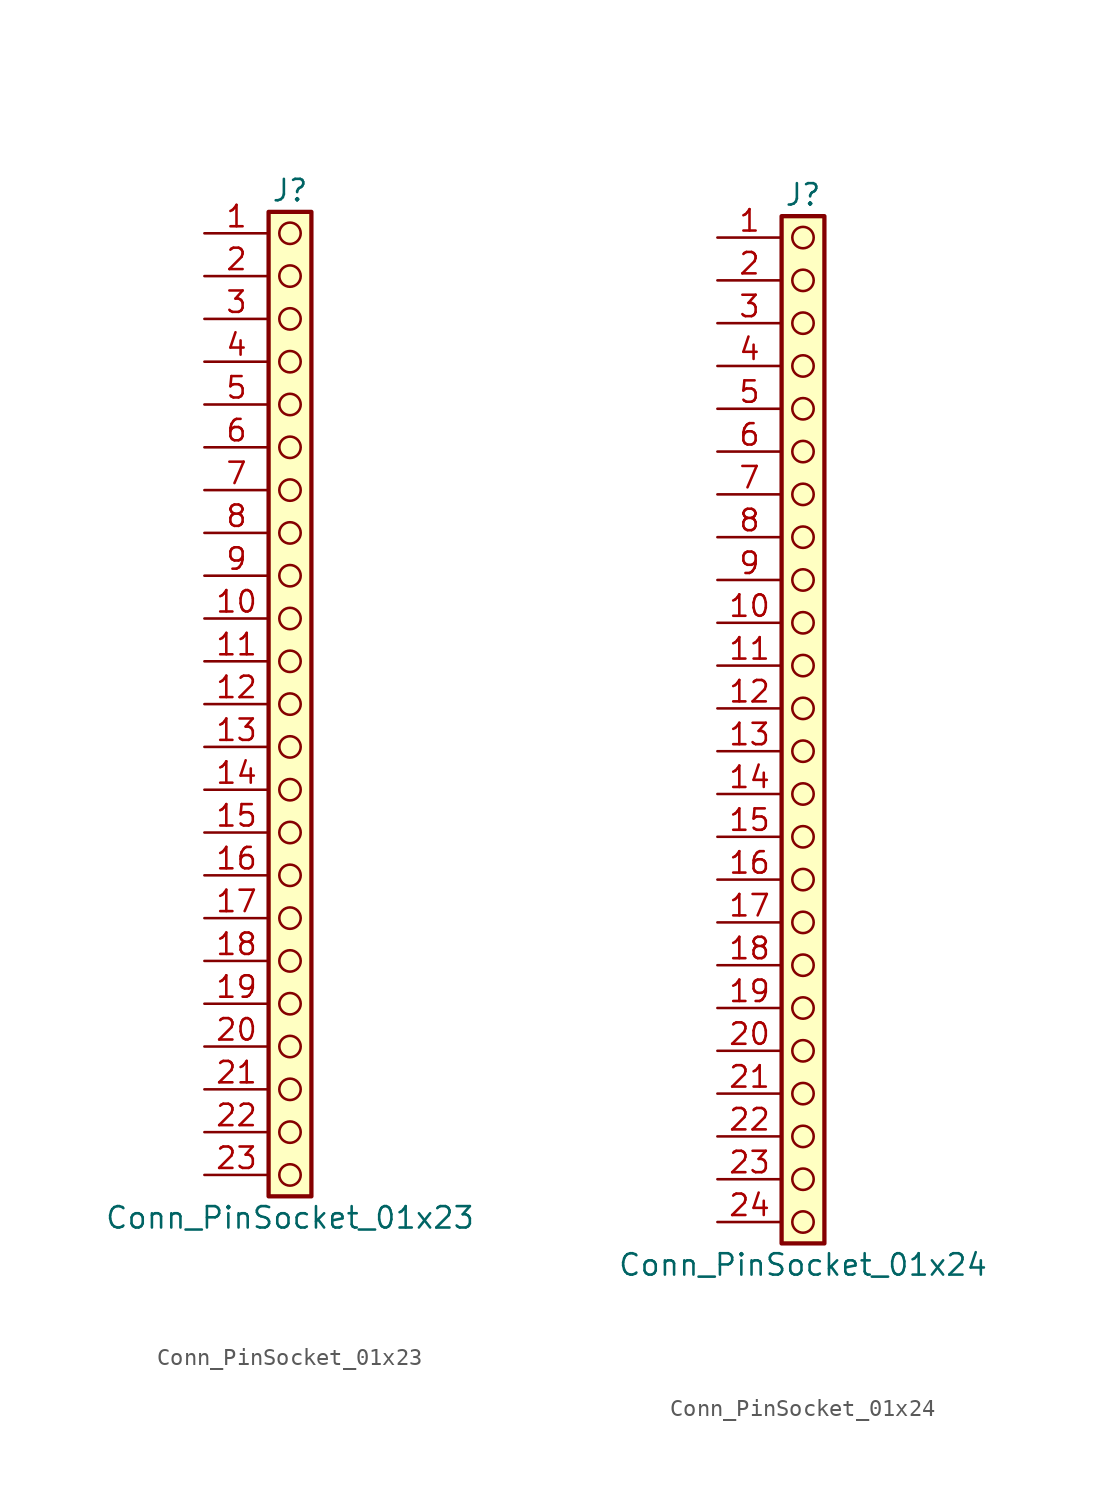
<source format=kicad_sym>
(kicad_symbol_lib
  (version 20241209)
  (generator "kicad_symbol_editor")
  (generator_version "9.0")
  (symbol "Conn_PinSocket_01x23"
    (pin_names
      (offset 1.016)
      (hide yes))
    (property "Reference" "J"
      (at 0 30.48 0)
      (effects (font (size 1.27 1.27))))
    (property "Value" "Conn_PinSocket_01x23"
      (at 0 -30.48 0)
      (effects (font (size 1.27 1.27))))
    (symbol "Conn_PinSocket_01x23_1_1"
      (rectangle (start -1.27 29.21) (end 1.27 -29.21) (stroke (width 0.254) (type default)) (fill (type background)))
      (circle (center 0 27.94) (radius 0.635) (stroke (width 0) (type solid) (color 132 0 0 1)) (fill (type none)))
      (circle (center 0 25.4) (radius 0.635) (stroke (width 0) (type solid) (color 132 0 0 1)) (fill (type none)))
      (circle (center 0 22.86) (radius 0.635) (stroke (width 0) (type solid) (color 132 0 0 1)) (fill (type none)))
      (circle (center 0 20.32) (radius 0.635) (stroke (width 0) (type solid) (color 132 0 0 1)) (fill (type none)))
      (circle (center 0 17.78) (radius 0.635) (stroke (width 0) (type solid) (color 132 0 0 1)) (fill (type none)))
      (circle (center 0 15.24) (radius 0.635) (stroke (width 0) (type solid) (color 132 0 0 1)) (fill (type none)))
      (circle (center 0 12.7) (radius 0.635) (stroke (width 0) (type solid) (color 132 0 0 1)) (fill (type none)))
      (circle (center 0 10.16) (radius 0.635) (stroke (width 0) (type solid) (color 132 0 0 1)) (fill (type none)))
      (circle (center 0 7.62) (radius 0.635) (stroke (width 0) (type solid) (color 132 0 0 1)) (fill (type none)))
      (circle (center 0 5.08) (radius 0.635) (stroke (width 0) (type solid) (color 132 0 0 1)) (fill (type none)))
      (circle (center 0 2.54) (radius 0.635) (stroke (width 0) (type solid) (color 132 0 0 1)) (fill (type none)))
      (circle (center 0 0) (radius 0.635) (stroke (width 0) (type solid) (color 132 0 0 1)) (fill (type none)))
      (circle (center 0 -2.54) (radius 0.635) (stroke (width 0) (type solid) (color 132 0 0 1)) (fill (type none)))
      (circle (center 0 -5.08) (radius 0.635) (stroke (width 0) (type solid) (color 132 0 0 1)) (fill (type none)))
      (circle (center 0 -7.62) (radius 0.635) (stroke (width 0) (type solid) (color 132 0 0 1)) (fill (type none)))
      (circle (center 0 -10.16) (radius 0.635) (stroke (width 0) (type solid) (color 132 0 0 1)) (fill (type none)))
      (circle (center 0 -12.7) (radius 0.635) (stroke (width 0) (type solid) (color 132 0 0 1)) (fill (type none)))
      (circle (center 0 -15.24) (radius 0.635) (stroke (width 0) (type solid) (color 132 0 0 1)) (fill (type none)))
      (circle (center 0 -17.78) (radius 0.635) (stroke (width 0) (type solid) (color 132 0 0 1)) (fill (type none)))
      (circle (center 0 -20.32) (radius 0.635) (stroke (width 0) (type solid) (color 132 0 0 1)) (fill (type none)))
      (circle (center 0 -22.86) (radius 0.635) (stroke (width 0) (type solid) (color 132 0 0 1)) (fill (type none)))
      (circle (center 0 -25.4) (radius 0.635) (stroke (width 0) (type solid) (color 132 0 0 1)) (fill (type none)))
      (circle (center 0 -27.94) (radius 0.635) (stroke (width 0) (type solid) (color 132 0 0 1)) (fill (type none)))
      (pin passive line (at -5.08 27.94 0) (length 3.81) (name "Pin_1" (effects (font (size 1.27 1.27)))) (number "1" (effects (font (size 1.27 1.27)))))
      (pin passive line (at -5.08 25.4 0) (length 3.81) (name "Pin_2" (effects (font (size 1.27 1.27)))) (number "2" (effects (font (size 1.27 1.27)))))
      (pin passive line (at -5.08 22.86 0) (length 3.81) (name "Pin_3" (effects (font (size 1.27 1.27)))) (number "3" (effects (font (size 1.27 1.27)))))
      (pin passive line (at -5.08 20.32 0) (length 3.81) (name "Pin_4" (effects (font (size 1.27 1.27)))) (number "4" (effects (font (size 1.27 1.27)))))
      (pin passive line (at -5.08 17.78 0) (length 3.81) (name "Pin_5" (effects (font (size 1.27 1.27)))) (number "5" (effects (font (size 1.27 1.27)))))
      (pin passive line (at -5.08 15.24 0) (length 3.81) (name "Pin_6" (effects (font (size 1.27 1.27)))) (number "6" (effects (font (size 1.27 1.27)))))
      (pin passive line (at -5.08 12.7 0) (length 3.81) (name "Pin_7" (effects (font (size 1.27 1.27)))) (number "7" (effects (font (size 1.27 1.27)))))
      (pin passive line (at -5.08 10.16 0) (length 3.81) (name "Pin_8" (effects (font (size 1.27 1.27)))) (number "8" (effects (font (size 1.27 1.27)))))
      (pin passive line (at -5.08 7.62 0) (length 3.81) (name "Pin_9" (effects (font (size 1.27 1.27)))) (number "9" (effects (font (size 1.27 1.27)))))
      (pin passive line (at -5.08 5.08 0) (length 3.81) (name "Pin_10" (effects (font (size 1.27 1.27)))) (number "10" (effects (font (size 1.27 1.27)))))
      (pin passive line (at -5.08 2.54 0) (length 3.81) (name "Pin_11" (effects (font (size 1.27 1.27)))) (number "11" (effects (font (size 1.27 1.27)))))
      (pin passive line (at -5.08 0 0) (length 3.81) (name "Pin_12" (effects (font (size 1.27 1.27)))) (number "12" (effects (font (size 1.27 1.27)))))
      (pin passive line (at -5.08 -2.54 0) (length 3.81) (name "Pin_13" (effects (font (size 1.27 1.27)))) (number "13" (effects (font (size 1.27 1.27)))))
      (pin passive line (at -5.08 -5.08 0) (length 3.81) (name "Pin_14" (effects (font (size 1.27 1.27)))) (number "14" (effects (font (size 1.27 1.27)))))
      (pin passive line (at -5.08 -7.62 0) (length 3.81) (name "Pin_15" (effects (font (size 1.27 1.27)))) (number "15" (effects (font (size 1.27 1.27)))))
      (pin passive line (at -5.08 -10.16 0) (length 3.81) (name "Pin_16" (effects (font (size 1.27 1.27)))) (number "16" (effects (font (size 1.27 1.27)))))
      (pin passive line (at -5.08 -12.7 0) (length 3.81) (name "Pin_17" (effects (font (size 1.27 1.27)))) (number "17" (effects (font (size 1.27 1.27)))))
      (pin passive line (at -5.08 -15.24 0) (length 3.81) (name "Pin_18" (effects (font (size 1.27 1.27)))) (number "18" (effects (font (size 1.27 1.27)))))
      (pin passive line (at -5.08 -17.78 0) (length 3.81) (name "Pin_19" (effects (font (size 1.27 1.27)))) (number "19" (effects (font (size 1.27 1.27)))))
      (pin passive line (at -5.08 -20.32 0) (length 3.81) (name "Pin_20" (effects (font (size 1.27 1.27)))) (number "20" (effects (font (size 1.27 1.27)))))
      (pin passive line (at -5.08 -22.86 0) (length 3.81) (name "Pin_21" (effects (font (size 1.27 1.27)))) (number "21" (effects (font (size 1.27 1.27)))))
      (pin passive line (at -5.08 -25.4 0) (length 3.81) (name "Pin_22" (effects (font (size 1.27 1.27)))) (number "22" (effects (font (size 1.27 1.27)))))
      (pin passive line (at -5.08 -27.94 0) (length 3.81) (name "Pin_23" (effects (font (size 1.27 1.27)))) (number "23" (effects (font (size 1.27 1.27)))))))
  (symbol "Conn_PinSocket_01x24"
    (pin_names
      (offset 1.016)
      (hide yes))
    (property "Reference" "J"
      (at 0 30.48 0)
      (effects (font (size 1.27 1.27))))
    (property "Value" "Conn_PinSocket_01x24"
      (at 0 -33.02 0)
      (effects (font (size 1.27 1.27))))
    (symbol "Conn_PinSocket_01x24_1_1"
      (rectangle (start -1.27 29.21) (end 1.27 -31.75) (stroke (width 0.254) (type default)) (fill (type background)))
      (circle (center 0 27.94) (radius 0.635) (stroke (width 0) (type solid) (color 132 0 0 1)) (fill (type none)))
      (circle (center 0 25.4) (radius 0.635) (stroke (width 0) (type solid) (color 132 0 0 1)) (fill (type none)))
      (circle (center 0 22.86) (radius 0.635) (stroke (width 0) (type solid) (color 132 0 0 1)) (fill (type none)))
      (circle (center 0 20.32) (radius 0.635) (stroke (width 0) (type solid) (color 132 0 0 1)) (fill (type none)))
      (circle (center 0 17.78) (radius 0.635) (stroke (width 0) (type solid) (color 132 0 0 1)) (fill (type none)))
      (circle (center 0 15.24) (radius 0.635) (stroke (width 0) (type solid) (color 132 0 0 1)) (fill (type none)))
      (circle (center 0 12.7) (radius 0.635) (stroke (width 0) (type solid) (color 132 0 0 1)) (fill (type none)))
      (circle (center 0 10.16) (radius 0.635) (stroke (width 0) (type solid) (color 132 0 0 1)) (fill (type none)))
      (circle (center 0 7.62) (radius 0.635) (stroke (width 0) (type solid) (color 132 0 0 1)) (fill (type none)))
      (circle (center 0 5.08) (radius 0.635) (stroke (width 0) (type solid) (color 132 0 0 1)) (fill (type none)))
      (circle (center 0 2.54) (radius 0.635) (stroke (width 0) (type solid) (color 132 0 0 1)) (fill (type none)))
      (circle (center 0 0) (radius 0.635) (stroke (width 0) (type solid) (color 132 0 0 1)) (fill (type none)))
      (circle (center 0 -2.54) (radius 0.635) (stroke (width 0) (type solid) (color 132 0 0 1)) (fill (type none)))
      (circle (center 0 -5.08) (radius 0.635) (stroke (width 0) (type solid) (color 132 0 0 1)) (fill (type none)))
      (circle (center 0 -7.62) (radius 0.635) (stroke (width 0) (type solid) (color 132 0 0 1)) (fill (type none)))
      (circle (center 0 -10.16) (radius 0.635) (stroke (width 0) (type solid) (color 132 0 0 1)) (fill (type none)))
      (circle (center 0 -12.7) (radius 0.635) (stroke (width 0) (type solid) (color 132 0 0 1)) (fill (type none)))
      (circle (center 0 -15.24) (radius 0.635) (stroke (width 0) (type solid) (color 132 0 0 1)) (fill (type none)))
      (circle (center 0 -17.78) (radius 0.635) (stroke (width 0) (type solid) (color 132 0 0 1)) (fill (type none)))
      (circle (center 0 -20.32) (radius 0.635) (stroke (width 0) (type solid) (color 132 0 0 1)) (fill (type none)))
      (circle (center 0 -22.86) (radius 0.635) (stroke (width 0) (type solid) (color 132 0 0 1)) (fill (type none)))
      (circle (center 0 -25.4) (radius 0.635) (stroke (width 0) (type solid) (color 132 0 0 1)) (fill (type none)))
      (circle (center 0 -27.94) (radius 0.635) (stroke (width 0) (type solid) (color 132 0 0 1)) (fill (type none)))
      (circle (center 0 -30.48) (radius 0.635) (stroke (width 0) (type solid) (color 132 0 0 1)) (fill (type none)))
      (pin passive line (at -5.08 27.94 0) (length 3.81) (name "Pin_1" (effects (font (size 1.27 1.27)))) (number "1" (effects (font (size 1.27 1.27)))))
      (pin passive line (at -5.08 25.4 0) (length 3.81) (name "Pin_2" (effects (font (size 1.27 1.27)))) (number "2" (effects (font (size 1.27 1.27)))))
      (pin passive line (at -5.08 22.86 0) (length 3.81) (name "Pin_3" (effects (font (size 1.27 1.27)))) (number "3" (effects (font (size 1.27 1.27)))))
      (pin passive line (at -5.08 20.32 0) (length 3.81) (name "Pin_4" (effects (font (size 1.27 1.27)))) (number "4" (effects (font (size 1.27 1.27)))))
      (pin passive line (at -5.08 17.78 0) (length 3.81) (name "Pin_5" (effects (font (size 1.27 1.27)))) (number "5" (effects (font (size 1.27 1.27)))))
      (pin passive line (at -5.08 15.24 0) (length 3.81) (name "Pin_6" (effects (font (size 1.27 1.27)))) (number "6" (effects (font (size 1.27 1.27)))))
      (pin passive line (at -5.08 12.7 0) (length 3.81) (name "Pin_7" (effects (font (size 1.27 1.27)))) (number "7" (effects (font (size 1.27 1.27)))))
      (pin passive line (at -5.08 10.16 0) (length 3.81) (name "Pin_8" (effects (font (size 1.27 1.27)))) (number "8" (effects (font (size 1.27 1.27)))))
      (pin passive line (at -5.08 7.62 0) (length 3.81) (name "Pin_9" (effects (font (size 1.27 1.27)))) (number "9" (effects (font (size 1.27 1.27)))))
      (pin passive line (at -5.08 5.08 0) (length 3.81) (name "Pin_10" (effects (font (size 1.27 1.27)))) (number "10" (effects (font (size 1.27 1.27)))))
      (pin passive line (at -5.08 2.54 0) (length 3.81) (name "Pin_11" (effects (font (size 1.27 1.27)))) (number "11" (effects (font (size 1.27 1.27)))))
      (pin passive line (at -5.08 0 0) (length 3.81) (name "Pin_12" (effects (font (size 1.27 1.27)))) (number "12" (effects (font (size 1.27 1.27)))))
      (pin passive line (at -5.08 -2.54 0) (length 3.81) (name "Pin_13" (effects (font (size 1.27 1.27)))) (number "13" (effects (font (size 1.27 1.27)))))
      (pin passive line (at -5.08 -5.08 0) (length 3.81) (name "Pin_14" (effects (font (size 1.27 1.27)))) (number "14" (effects (font (size 1.27 1.27)))))
      (pin passive line (at -5.08 -7.62 0) (length 3.81) (name "Pin_15" (effects (font (size 1.27 1.27)))) (number "15" (effects (font (size 1.27 1.27)))))
      (pin passive line (at -5.08 -10.16 0) (length 3.81) (name "Pin_16" (effects (font (size 1.27 1.27)))) (number "16" (effects (font (size 1.27 1.27)))))
      (pin passive line (at -5.08 -12.7 0) (length 3.81) (name "Pin_17" (effects (font (size 1.27 1.27)))) (number "17" (effects (font (size 1.27 1.27)))))
      (pin passive line (at -5.08 -15.24 0) (length 3.81) (name "Pin_18" (effects (font (size 1.27 1.27)))) (number "18" (effects (font (size 1.27 1.27)))))
      (pin passive line (at -5.08 -17.78 0) (length 3.81) (name "Pin_19" (effects (font (size 1.27 1.27)))) (number "19" (effects (font (size 1.27 1.27)))))
      (pin passive line (at -5.08 -20.32 0) (length 3.81) (name "Pin_20" (effects (font (size 1.27 1.27)))) (number "20" (effects (font (size 1.27 1.27)))))
      (pin passive line (at -5.08 -22.86 0) (length 3.81) (name "Pin_21" (effects (font (size 1.27 1.27)))) (number "21" (effects (font (size 1.27 1.27)))))
      (pin passive line (at -5.08 -25.4 0) (length 3.81) (name "Pin_22" (effects (font (size 1.27 1.27)))) (number "22" (effects (font (size 1.27 1.27)))))
      (pin passive line (at -5.08 -27.94 0) (length 3.81) (name "Pin_23" (effects (font (size 1.27 1.27)))) (number "23" (effects (font (size 1.27 1.27)))))
      (pin passive line (at -5.08 -30.48 0) (length 3.81) (name "Pin_24" (effects (font (size 1.27 1.27)))) (number "24" (effects (font (size 1.27 1.27))))))))
</source>
